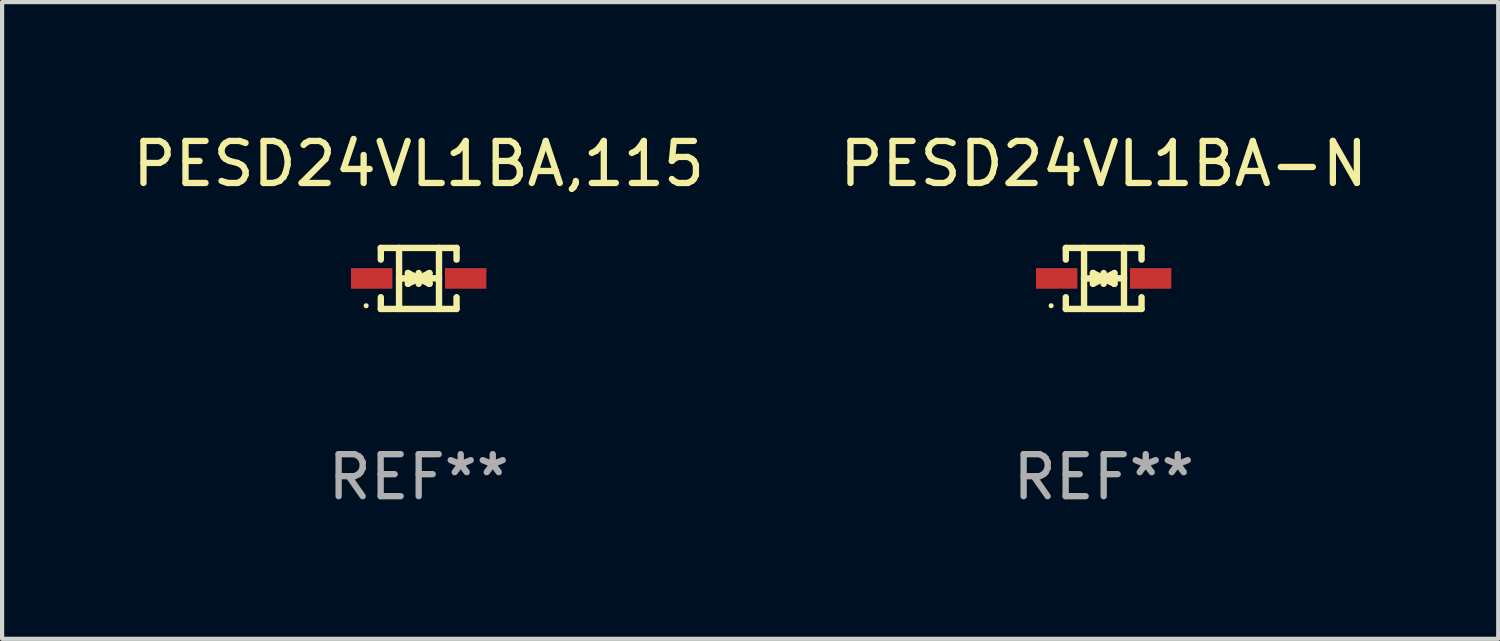
<source format=kicad_pcb>
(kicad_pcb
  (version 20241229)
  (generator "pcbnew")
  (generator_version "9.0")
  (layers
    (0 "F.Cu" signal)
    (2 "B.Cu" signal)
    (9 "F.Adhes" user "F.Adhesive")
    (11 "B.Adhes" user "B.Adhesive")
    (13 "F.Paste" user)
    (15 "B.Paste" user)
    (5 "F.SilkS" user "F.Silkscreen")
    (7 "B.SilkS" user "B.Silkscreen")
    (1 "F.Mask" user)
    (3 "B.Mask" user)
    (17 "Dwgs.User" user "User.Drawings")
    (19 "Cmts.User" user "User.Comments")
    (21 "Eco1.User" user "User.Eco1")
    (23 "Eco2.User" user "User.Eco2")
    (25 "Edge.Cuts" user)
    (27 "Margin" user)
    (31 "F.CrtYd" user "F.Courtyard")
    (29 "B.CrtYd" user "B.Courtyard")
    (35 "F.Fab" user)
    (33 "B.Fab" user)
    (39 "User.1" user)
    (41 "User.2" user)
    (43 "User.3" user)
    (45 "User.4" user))
  (footprint "PESD24VL1BA,115"
    (layer "F.Cu")
    (at 6.911 3.574)
    (property "Reference" "PESD24VL1BA,115" (at 0 -2.726 0) (layer "F.SilkS") (effects (font (size 1 1) (thickness 0.15))))
    (attr through_hole)
    (fp_line (start -0.901 -0.726) (end -0.901 -0.448) (stroke (width 0.152) (type solid)) (layer "F.SilkS"))
    (fp_line (start -0.901 0.726) (end -0.901 0.448) (stroke (width 0.152) (type solid)) (layer "F.SilkS"))
    (fp_line (start -0.467 0) (end 0.483 -0.003) (stroke (width 0.154) (type solid)) (layer "F.SilkS"))
    (fp_line (start -0.467 0.726) (end -0.467 -0.726) (stroke (width 0.152) (type solid)) (layer "F.SilkS"))
    (fp_line (start -0.254 -0.127) (end -0.254 -0.127) (stroke (width 0.154) (type solid)) (layer "F.SilkS"))
    (fp_line (start -0.254 -0.127) (end -0.002 -0.003) (stroke (width 0.154) (type solid)) (layer "F.SilkS"))
    (fp_line (start -0.254 0.127) (end -0.254 -0.127) (stroke (width 0.154) (type solid)) (layer "F.SilkS"))
    (fp_line (start -0.127 0) (end 0.003 0) (stroke (width 0.154) (type solid)) (layer "F.SilkS"))
    (fp_line (start -0.003 0) (end -0.254 0.127) (stroke (width 0.154) (type solid)) (layer "F.SilkS"))
    (fp_line (start 0 -0.127) (end 0 0.127) (stroke (width 0.154) (type solid)) (layer "F.SilkS"))
    (fp_line (start 0.003 0) (end 0.254 -0.127) (stroke (width 0.154) (type solid)) (layer "F.SilkS"))
    (fp_line (start 0.127 0) (end -0.003 0) (stroke (width 0.154) (type solid)) (layer "F.SilkS"))
    (fp_line (start 0.254 -0.127) (end 0.254 0.127) (stroke (width 0.154) (type solid)) (layer "F.SilkS"))
    (fp_line (start 0.254 0.127) (end 0.002 0.003) (stroke (width 0.154) (type solid)) (layer "F.SilkS"))
    (fp_line (start 0.254 0.127) (end 0.254 0.127) (stroke (width 0.154) (type solid)) (layer "F.SilkS"))
    (fp_line (start 0.483 0.726) (end 0.483 -0.726) (stroke (width 0.152) (type solid)) (layer "F.SilkS"))
    (fp_line (start 0.901 -0.726) (end -0.901 -0.726) (stroke (width 0.152) (type solid)) (layer "F.SilkS"))
    (fp_line (start 0.901 -0.726) (end 0.901 -0.448) (stroke (width 0.152) (type solid)) (layer "F.SilkS"))
    (fp_line (start 0.901 0.726) (end -0.901 0.726) (stroke (width 0.152) (type solid)) (layer "F.SilkS"))
    (fp_line (start 0.901 0.726) (end 0.901 0.448) (stroke (width 0.152) (type solid)) (layer "F.SilkS"))
    (fp_circle (center -1.25 0.65) (end -1.22 0.65) (stroke (width 0.06) (type solid)) (fill no) (layer "F.SilkS"))
    (fp_text user "REF**" (at 0 4.726 0) (layer "F.Fab") (effects (font (size 1 1) (thickness 0.15))))
    (pad "1" smd rect (at -1.118 0) (size 0.985 0.49) (layers "F.Cu" "F.Mask" "F.Paste"))
    (pad "2" smd rect (at 1.118 0) (size 0.985 0.49) (layers "F.Cu" "F.Mask" "F.Paste")))
  (footprint "PESD24VL1BA-N"
    (layer "F.Cu")
    (at 23.208 3.574)
    (property "Reference" "PESD24VL1BA-N" (at 0 -2.726 0) (layer "F.SilkS") (effects (font (size 1 1) (thickness 0.15))))
    (attr through_hole)
    (fp_line (start -0.901 -0.726) (end -0.901 -0.448) (stroke (width 0.152) (type solid)) (layer "F.SilkS"))
    (fp_line (start -0.901 0.726) (end -0.901 0.448) (stroke (width 0.152) (type solid)) (layer "F.SilkS"))
    (fp_line (start -0.467 0) (end 0.483 -0.003) (stroke (width 0.154) (type solid)) (layer "F.SilkS"))
    (fp_line (start -0.467 0.726) (end -0.467 -0.726) (stroke (width 0.152) (type solid)) (layer "F.SilkS"))
    (fp_line (start -0.254 -0.127) (end -0.254 -0.127) (stroke (width 0.154) (type solid)) (layer "F.SilkS"))
    (fp_line (start -0.254 -0.127) (end -0.002 -0.003) (stroke (width 0.154) (type solid)) (layer "F.SilkS"))
    (fp_line (start -0.254 0.127) (end -0.254 -0.127) (stroke (width 0.154) (type solid)) (layer "F.SilkS"))
    (fp_line (start -0.127 0) (end 0.003 0) (stroke (width 0.154) (type solid)) (layer "F.SilkS"))
    (fp_line (start -0.003 0) (end -0.254 0.127) (stroke (width 0.154) (type solid)) (layer "F.SilkS"))
    (fp_line (start 0 -0.127) (end 0 0.127) (stroke (width 0.154) (type solid)) (layer "F.SilkS"))
    (fp_line (start 0.003 0) (end 0.254 -0.127) (stroke (width 0.154) (type solid)) (layer "F.SilkS"))
    (fp_line (start 0.127 0) (end -0.003 0) (stroke (width 0.154) (type solid)) (layer "F.SilkS"))
    (fp_line (start 0.254 -0.127) (end 0.254 0.127) (stroke (width 0.154) (type solid)) (layer "F.SilkS"))
    (fp_line (start 0.254 0.127) (end 0.002 0.003) (stroke (width 0.154) (type solid)) (layer "F.SilkS"))
    (fp_line (start 0.254 0.127) (end 0.254 0.127) (stroke (width 0.154) (type solid)) (layer "F.SilkS"))
    (fp_line (start 0.483 0.726) (end 0.483 -0.726) (stroke (width 0.152) (type solid)) (layer "F.SilkS"))
    (fp_line (start 0.901 -0.726) (end -0.901 -0.726) (stroke (width 0.152) (type solid)) (layer "F.SilkS"))
    (fp_line (start 0.901 -0.726) (end 0.901 -0.448) (stroke (width 0.152) (type solid)) (layer "F.SilkS"))
    (fp_line (start 0.901 0.726) (end -0.901 0.726) (stroke (width 0.152) (type solid)) (layer "F.SilkS"))
    (fp_line (start 0.901 0.726) (end 0.901 0.448) (stroke (width 0.152) (type solid)) (layer "F.SilkS"))
    (fp_circle (center -1.25 0.65) (end -1.22 0.65) (stroke (width 0.06) (type solid)) (fill no) (layer "F.SilkS"))
    (fp_text user "REF**" (at 0 4.726 0) (layer "F.Fab") (effects (font (size 1 1) (thickness 0.15))))
    (pad "1" smd rect (at -1.118 0) (size 0.985 0.49) (layers "F.Cu" "F.Mask" "F.Paste"))
    (pad "2" smd rect (at 1.118 0) (size 0.985 0.49) (layers "F.Cu" "F.Mask" "F.Paste")))
  (gr_rect
    (start -3 -3)
    (end 32.595 12.149)
    (stroke (width 0.1) (type default))
    (fill no)
    (layer "Edge.Cuts")))
</source>
